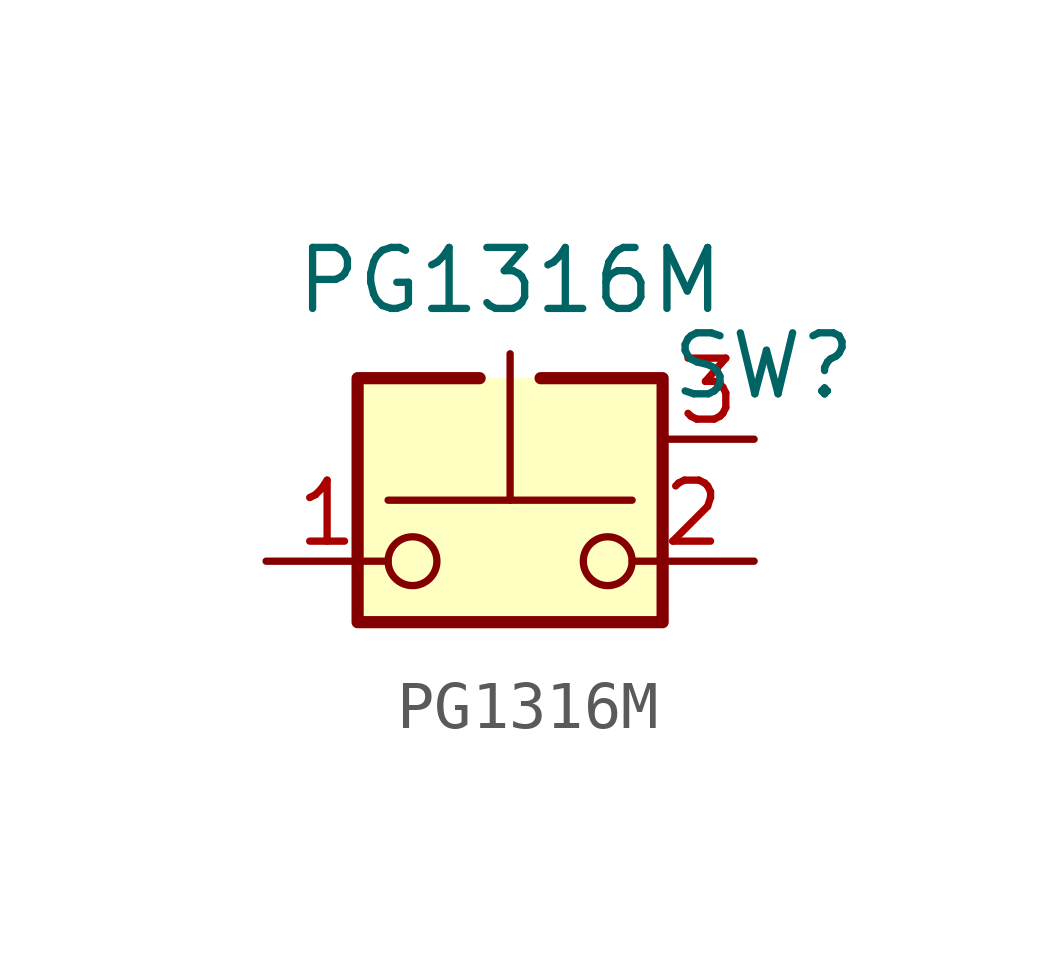
<source format=kicad_sym>
(kicad_symbol_lib
  (version 20231120)
  (generator "kicad_symbol_editor")
  (generator_version "8.0")
  (symbol "PG1316M"
    (pin_names
      (offset 1.016) hide)
    (property "Reference" "SW"
      (at 3.302 2.794 0)
      (effects (font (size 1.27 1.27)) (justify left)))
    (property "Value" "PG1316M"
      (at 0 4.572 0)
      (effects (font (size 1.27 1.27))))
    (symbol "PG1316M_0_1"
      (circle (center -2.032 -1.27) (radius 0.508) (stroke (width 0) (type default)) (fill (type none)))
      (polyline (pts (xy 0 0) (xy 0 3.048)) (stroke (width 0) (type default)) (fill (type none)))
      (polyline (pts (xy 2.54 0) (xy -2.54 0)) (stroke (width 0) (type default)) (fill (type none)))
      (polyline (pts (xy 0.508 2.54) (xy 3.048 2.54) (xy 3.048 -1.143) (xy -3.048 -1.143) (xy -3.048 2.54) (xy -0.508 2.54)) (stroke (width -0.025) (type default)) (fill (type none)))
      (polyline (pts (xy 0.635 2.54) (xy 3.175 2.54) (xy 3.175 -2.54) (xy -3.175 -2.54) (xy -3.175 2.54) (xy -0.635 2.54)) (stroke (width 0.254) (type default)) (fill (type none)))
      (circle (center 2.032 -1.27) (radius 0.508) (stroke (width 0) (type default)) (fill (type none)))
      (pin passive line (at -5.08 -1.27 0) (length 2.54) (name "1" (effects (font (size 1.27 1.27)))) (number "1" (effects (font (size 1.27 1.27)))))
      (pin passive line (at 5.08 -1.27 180) (length 2.54) (name "2" (effects (font (size 1.27 1.27)))) (number "2" (effects (font (size 1.27 1.27))))))
    (symbol "PG1316M_1_1"
      (rectangle (start -3.048 2.54) (end 3.048 -2.54) (stroke (width -0.025) (type default)) (fill (type background)))
      (pin passive line (at 5.08 1.27 180) (length 1.905) (name "SGND" (effects (font (size 1.27 1.27)))) (number "3" (effects (font (size 1.27 1.27))))))))
</source>
